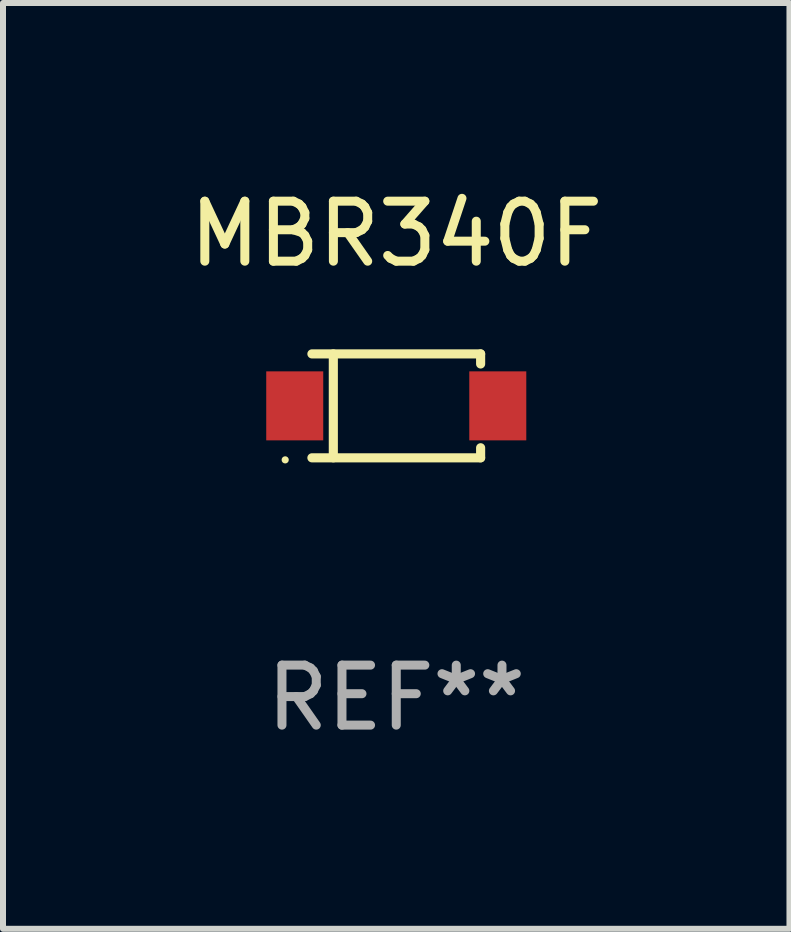
<source format=kicad_pcb>
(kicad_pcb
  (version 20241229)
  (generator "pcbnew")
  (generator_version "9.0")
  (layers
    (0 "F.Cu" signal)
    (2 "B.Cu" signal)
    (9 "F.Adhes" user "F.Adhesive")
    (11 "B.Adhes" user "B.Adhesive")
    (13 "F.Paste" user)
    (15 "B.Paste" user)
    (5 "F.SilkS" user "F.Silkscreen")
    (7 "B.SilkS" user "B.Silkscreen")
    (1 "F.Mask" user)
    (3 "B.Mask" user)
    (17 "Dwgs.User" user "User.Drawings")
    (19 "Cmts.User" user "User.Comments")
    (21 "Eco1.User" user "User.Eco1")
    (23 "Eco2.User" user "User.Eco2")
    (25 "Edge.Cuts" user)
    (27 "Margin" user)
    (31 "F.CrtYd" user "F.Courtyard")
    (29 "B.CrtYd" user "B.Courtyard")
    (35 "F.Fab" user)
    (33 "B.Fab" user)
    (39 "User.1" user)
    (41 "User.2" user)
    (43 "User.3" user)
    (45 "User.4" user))
  (footprint "MBR340F"
    (layer "F.Cu")
    (at 3.554 3.714)
    (property "Reference" "MBR340F" (at 0 -2.866 0) (layer "F.SilkS") (effects (font (size 1 1) (thickness 0.15))))
    (attr through_hole)
    (fp_line (start -1.406 -0.866) (end 1.406 -0.866) (stroke (width 0.152) (type solid)) (layer "F.SilkS"))
    (fp_line (start -1.406 0.866) (end 1.406 0.866) (stroke (width 0.152) (type solid)) (layer "F.SilkS"))
    (fp_line (start -1.049 -0.866) (end -1.049 0.866) (stroke (width 0.152) (type solid)) (layer "F.SilkS"))
    (fp_line (start 1.406 -0.866) (end 1.406 -0.698) (stroke (width 0.152) (type solid)) (layer "F.SilkS"))
    (fp_line (start 1.406 0.866) (end 1.406 0.698) (stroke (width 0.152) (type solid)) (layer "F.SilkS"))
    (fp_circle (center -1.851 0.9) (end -1.821 0.9) (stroke (width 0.06) (type solid)) (fill no) (layer "F.SilkS"))
    (fp_text user "REF**" (at 0 4.866 0) (layer "F.Fab") (effects (font (size 1 1) (thickness 0.15))))
    (pad "1" smd rect (at -1.692 0) (size 0.95 1.15) (layers "F.Cu" "F.Mask" "F.Paste"))
    (pad "2" smd rect (at 1.692 0) (size 0.95 1.15) (layers "F.Cu" "F.Mask" "F.Paste")))
  (gr_rect
    (start -3 -3)
    (end 10.107 12.429)
    (stroke (width 0.1) (type default))
    (fill no)
    (layer "Edge.Cuts")))
</source>
